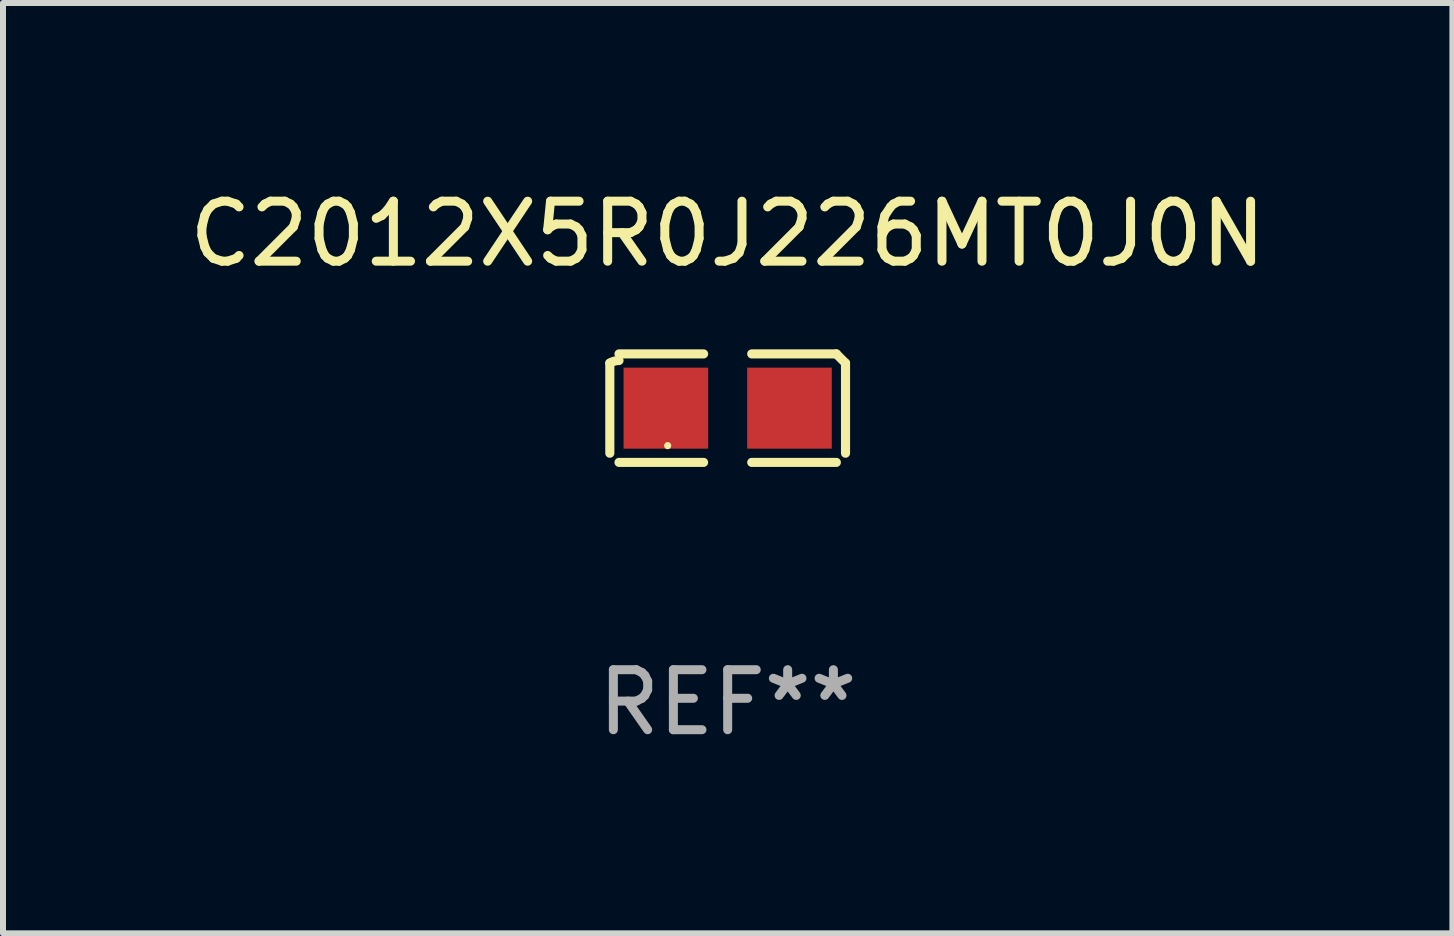
<source format=kicad_pcb>
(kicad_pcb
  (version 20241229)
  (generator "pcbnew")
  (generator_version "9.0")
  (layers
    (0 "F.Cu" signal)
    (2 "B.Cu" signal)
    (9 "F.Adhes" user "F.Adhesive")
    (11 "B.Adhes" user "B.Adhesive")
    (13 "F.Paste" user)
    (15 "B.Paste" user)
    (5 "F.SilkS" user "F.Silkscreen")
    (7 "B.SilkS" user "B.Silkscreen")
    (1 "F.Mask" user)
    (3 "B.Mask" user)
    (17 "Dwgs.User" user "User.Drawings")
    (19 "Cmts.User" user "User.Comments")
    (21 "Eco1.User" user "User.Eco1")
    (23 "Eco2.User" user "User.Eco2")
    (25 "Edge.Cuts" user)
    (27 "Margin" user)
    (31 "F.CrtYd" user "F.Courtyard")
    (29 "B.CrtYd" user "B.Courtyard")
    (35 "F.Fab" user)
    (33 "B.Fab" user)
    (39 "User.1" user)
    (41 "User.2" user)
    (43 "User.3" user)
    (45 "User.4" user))
  (footprint "C2012X5R0J226MT0J0N"
    (layer "F.Cu")
    (at 9.077 3.752)
    (property "Reference" "C2012X5R0J226MT0J0N" (at 0 -2.904 0) (layer "F.SilkS") (effects (font (size 1 1) (thickness 0.15))))
    (attr through_hole)
    (fp_line (start -1.964 0.751) (end -1.964 -0.751) (stroke (width 0.152) (type solid)) (layer "F.SilkS"))
    (fp_line (start -1.811 -0.904) (end -0.401 -0.904) (stroke (width 0.152) (type solid)) (layer "F.SilkS"))
    (fp_line (start -0.401 0.904) (end -1.811 0.904) (stroke (width 0.152) (type solid)) (layer "F.SilkS"))
    (fp_line (start 0.401 0.904) (end 1.811 0.904) (stroke (width 0.152) (type solid)) (layer "F.SilkS"))
    (fp_line (start 1.811 -0.904) (end 0.401 -0.904) (stroke (width 0.152) (type solid)) (layer "F.SilkS"))
    (fp_line (start 1.964 0.751) (end 1.964 -0.751) (stroke (width 0.152) (type solid)) (layer "F.SilkS"))
    (fp_arc (start -1.963602 -0.751207) (mid -1.890354 -0.783131) (end -1.811201 -0.794044) (stroke (width 0.1524) (type solid)) (layer "F.SilkS"))
    (fp_arc (start 1.811202 -0.903607) (mid 1.887413 -0.827418) (end 1.963602 -0.751207) (stroke (width 0.1524) (type solid)) (layer "F.SilkS"))
    (fp_circle (center -1 0.625) (end -0.97 0.625) (stroke (width 0.06) (type solid)) (fill no) (layer "F.SilkS"))
    (fp_text user "REF**" (at 0 4.904 0) (layer "F.Fab") (effects (font (size 1 1) (thickness 0.15))))
    (pad "1" smd rect (at -1.03 0) (size 1.41 1.35) (layers "F.Cu" "F.Mask" "F.Paste"))
    (pad "2" smd rect (at 1.03 0) (size 1.41 1.35) (layers "F.Cu" "F.Mask" "F.Paste")))
  (gr_rect
    (start -3 -3)
    (end 21.155 12.504)
    (stroke (width 0.1) (type default))
    (fill no)
    (layer "Edge.Cuts")))
</source>
